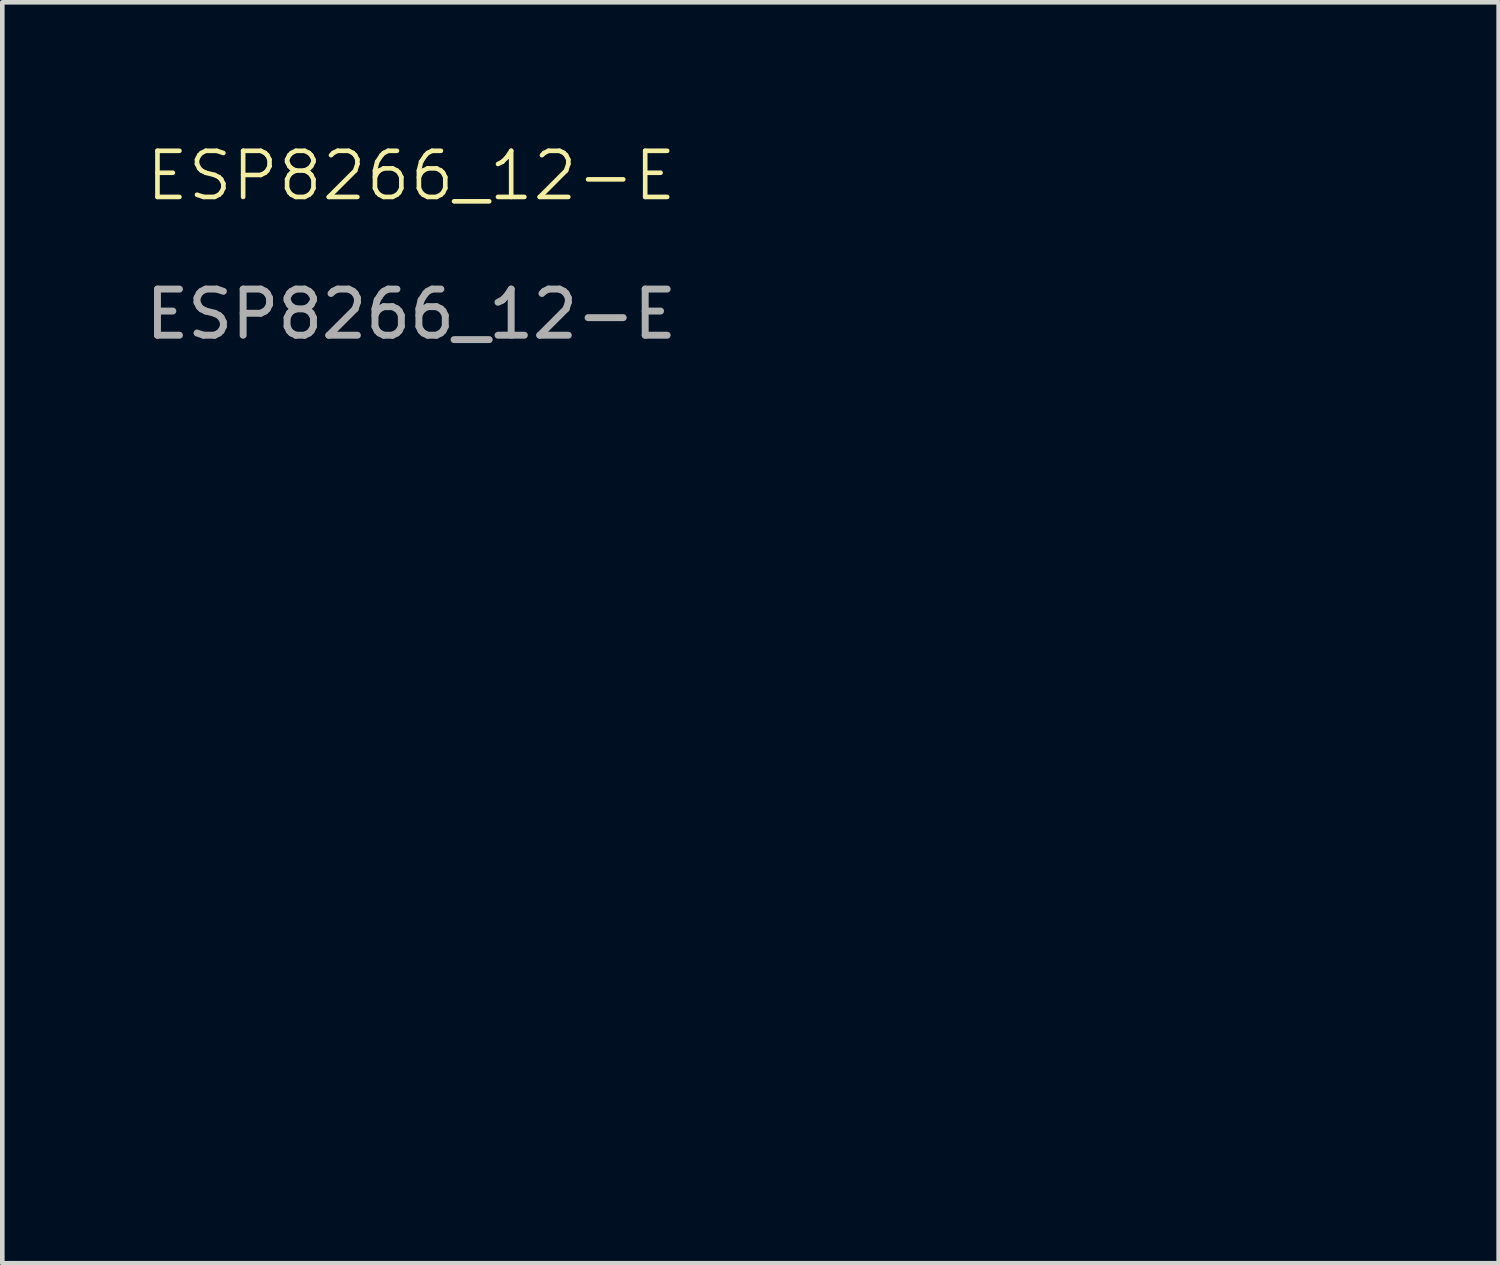
<source format=kicad_pcb>
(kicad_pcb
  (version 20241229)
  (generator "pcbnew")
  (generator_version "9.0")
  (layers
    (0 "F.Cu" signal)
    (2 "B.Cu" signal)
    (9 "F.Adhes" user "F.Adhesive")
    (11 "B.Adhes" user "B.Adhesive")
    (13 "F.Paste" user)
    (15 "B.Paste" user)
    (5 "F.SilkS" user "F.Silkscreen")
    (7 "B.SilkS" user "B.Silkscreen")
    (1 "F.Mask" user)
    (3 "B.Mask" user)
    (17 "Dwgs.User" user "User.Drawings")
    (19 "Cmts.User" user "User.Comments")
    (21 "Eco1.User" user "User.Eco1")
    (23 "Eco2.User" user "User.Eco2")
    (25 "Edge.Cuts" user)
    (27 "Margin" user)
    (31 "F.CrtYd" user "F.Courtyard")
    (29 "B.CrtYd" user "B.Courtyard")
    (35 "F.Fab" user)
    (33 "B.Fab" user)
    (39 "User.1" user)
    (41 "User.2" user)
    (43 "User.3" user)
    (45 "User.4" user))
  (footprint "ESP8266_12-E"
    (layer "F.Cu")
    (at 26.183 21.081)
    (property "Reference" "ESP8266_12-E" (at -20.32 -20.32 0) (unlocked yes) (layer "F.SilkS") (effects (font (size 1 1) (thickness 0.1))))
    (attr smd)
    (fp_text user "${REFERENCE}" (at -20.32 -17.32 0) (unlocked yes) (layer "F.Fab") (effects (font (size 1 1) (thickness 0.15)))))
  (gr_rect
    (start -3 -3)
    (end 29.433 24.331)
    (stroke (width 0.1) (type default))
    (fill no)
    (layer "Edge.Cuts")))
</source>
